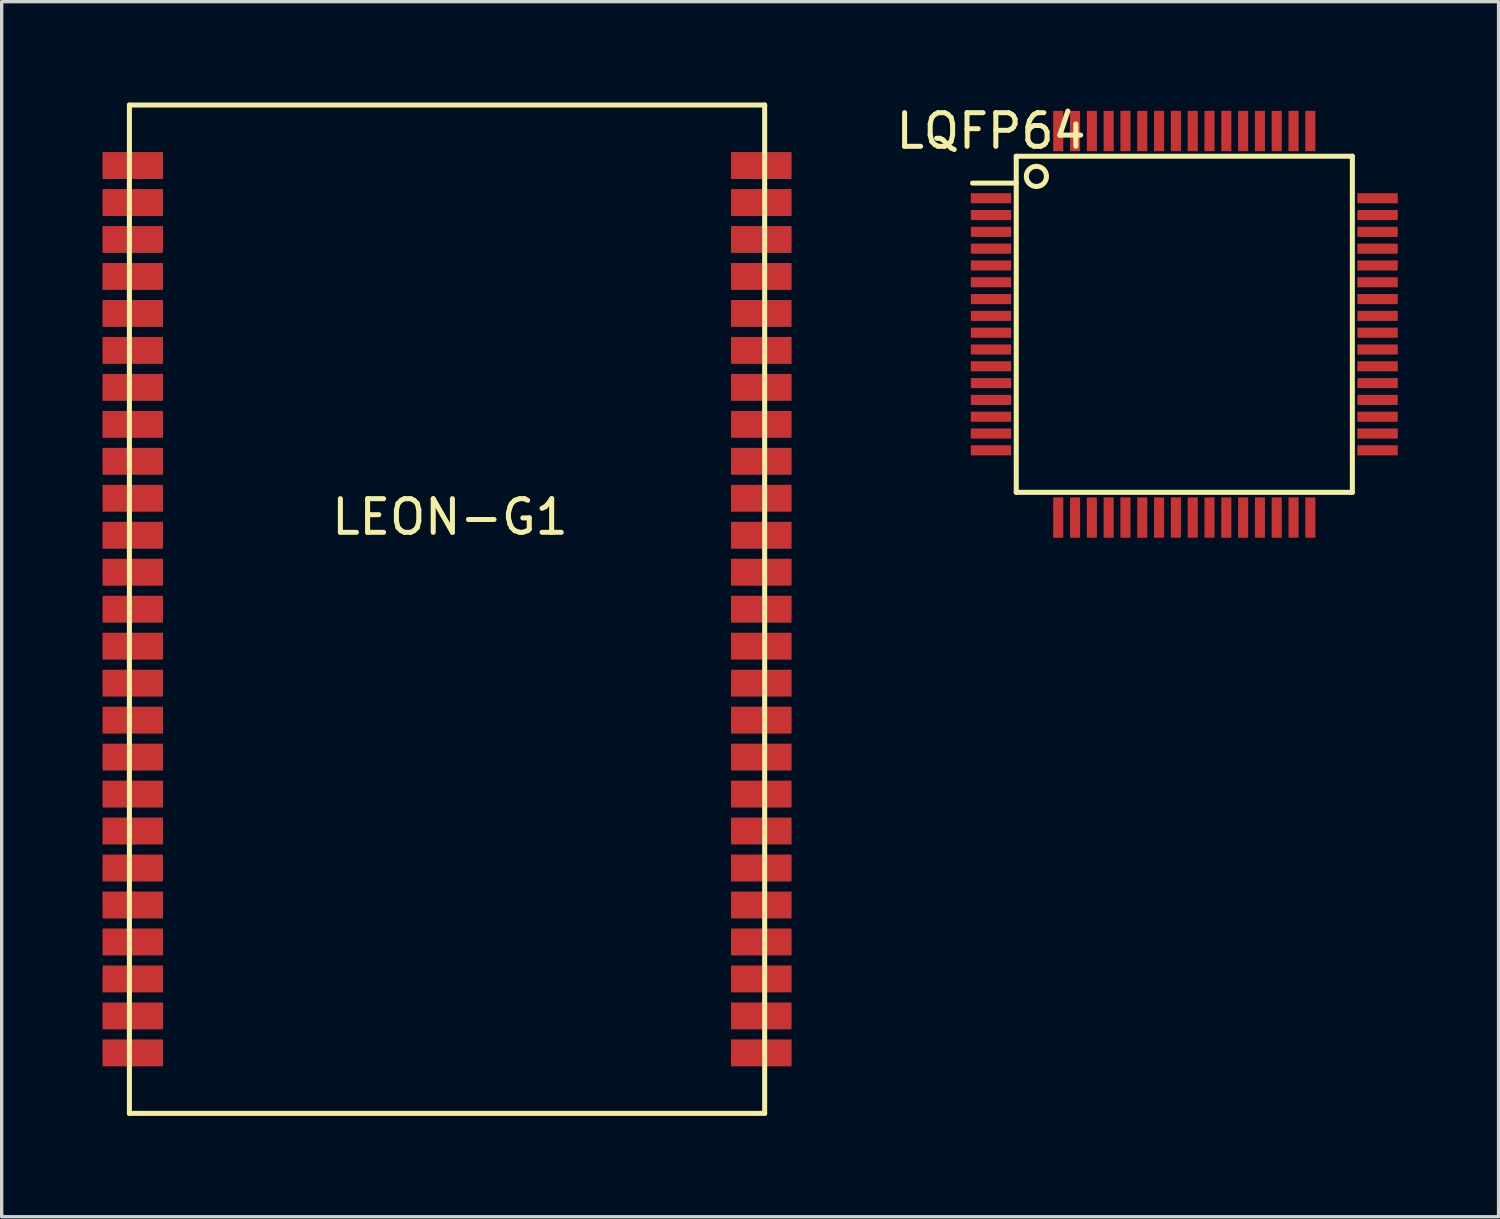
<source format=kicad_pcb>
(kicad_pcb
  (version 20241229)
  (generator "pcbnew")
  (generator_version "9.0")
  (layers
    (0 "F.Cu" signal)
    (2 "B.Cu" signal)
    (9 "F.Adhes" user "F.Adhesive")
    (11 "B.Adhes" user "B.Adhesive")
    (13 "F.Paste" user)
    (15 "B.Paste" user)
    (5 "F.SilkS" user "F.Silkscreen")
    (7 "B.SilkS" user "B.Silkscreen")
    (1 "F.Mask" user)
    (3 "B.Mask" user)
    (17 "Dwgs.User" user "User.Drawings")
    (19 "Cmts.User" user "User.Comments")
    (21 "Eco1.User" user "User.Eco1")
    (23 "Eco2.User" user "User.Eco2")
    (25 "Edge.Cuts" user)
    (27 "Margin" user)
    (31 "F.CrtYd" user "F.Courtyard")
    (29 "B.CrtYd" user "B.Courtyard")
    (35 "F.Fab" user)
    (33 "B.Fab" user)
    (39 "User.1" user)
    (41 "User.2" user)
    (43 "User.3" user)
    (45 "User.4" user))
  (footprint "LQFP64"
    (layer "F.Cu")
    (at 32.185 6.598)
    (property "Reference" "LQFP64" (at -5.75 -5.75 0) (layer "F.SilkS") (effects (font (size 1 1) (thickness 0.15))))
    (attr through_hole)
    (fp_line (start -6.3 -4.2) (end -5 -4.2) (stroke (width 0.15) (type solid)) (layer "F.SilkS"))
    (fp_line (start -5 -5) (end 5 -5) (stroke (width 0.15) (type solid)) (layer "F.SilkS"))
    (fp_line (start -5 5) (end -5 -5) (stroke (width 0.15) (type solid)) (layer "F.SilkS"))
    (fp_line (start 5 -5) (end 5 5) (stroke (width 0.15) (type solid)) (layer "F.SilkS"))
    (fp_line (start 5 5) (end -5 5) (stroke (width 0.15) (type solid)) (layer "F.SilkS"))
    (fp_circle (center -4.4 -4.4) (end -4.7 -4.4) (stroke (width 0.15) (type solid)) (fill no) (layer "F.SilkS"))
    (pad "1" smd rect (at -5.75 -3.75) (size 1.2 0.3) (layers "F.Cu" "F.Mask" "F.Paste"))
    (pad "2" smd rect (at -5.75 -3.25) (size 1.2 0.3) (layers "F.Cu" "F.Mask" "F.Paste"))
    (pad "3" smd rect (at -5.75 -2.75) (size 1.2 0.3) (layers "F.Cu" "F.Mask" "F.Paste"))
    (pad "4" smd rect (at -5.75 -2.25) (size 1.2 0.3) (layers "F.Cu" "F.Mask" "F.Paste"))
    (pad "5" smd rect (at -5.75 -1.75) (size 1.2 0.3) (layers "F.Cu" "F.Mask" "F.Paste"))
    (pad "6" smd rect (at -5.75 -1.25) (size 1.2 0.3) (layers "F.Cu" "F.Mask" "F.Paste"))
    (pad "7" smd rect (at -5.75 -0.75) (size 1.2 0.3) (layers "F.Cu" "F.Mask" "F.Paste"))
    (pad "8" smd rect (at -5.75 -0.25) (size 1.2 0.3) (layers "F.Cu" "F.Mask" "F.Paste"))
    (pad "9" smd rect (at -5.75 0.25) (size 1.2 0.3) (layers "F.Cu" "F.Mask" "F.Paste"))
    (pad "10" smd rect (at -5.75 0.75) (size 1.2 0.3) (layers "F.Cu" "F.Mask" "F.Paste"))
    (pad "11" smd rect (at -5.75 1.25) (size 1.2 0.3) (layers "F.Cu" "F.Mask" "F.Paste"))
    (pad "12" smd rect (at -5.75 1.75) (size 1.2 0.3) (layers "F.Cu" "F.Mask" "F.Paste"))
    (pad "13" smd rect (at -5.75 2.25) (size 1.2 0.3) (layers "F.Cu" "F.Mask" "F.Paste"))
    (pad "14" smd rect (at -5.75 2.75) (size 1.2 0.3) (layers "F.Cu" "F.Mask" "F.Paste"))
    (pad "15" smd rect (at -5.75 3.25) (size 1.2 0.3) (layers "F.Cu" "F.Mask" "F.Paste"))
    (pad "16" smd rect (at -5.75 3.75) (size 1.2 0.3) (layers "F.Cu" "F.Mask" "F.Paste"))
    (pad "17" smd rect (at -3.75 5.75 90) (size 1.2 0.3) (layers "F.Cu" "F.Mask" "F.Paste"))
    (pad "18" smd rect (at -3.25 5.75 90) (size 1.2 0.3) (layers "F.Cu" "F.Mask" "F.Paste"))
    (pad "19" smd rect (at -2.75 5.75 90) (size 1.2 0.3) (layers "F.Cu" "F.Mask" "F.Paste"))
    (pad "20" smd rect (at -2.25 5.75 90) (size 1.2 0.3) (layers "F.Cu" "F.Mask" "F.Paste"))
    (pad "21" smd rect (at -1.75 5.75 90) (size 1.2 0.3) (layers "F.Cu" "F.Mask" "F.Paste"))
    (pad "22" smd rect (at -1.25 5.75 90) (size 1.2 0.3) (layers "F.Cu" "F.Mask" "F.Paste"))
    (pad "23" smd rect (at -0.75 5.75 90) (size 1.2 0.3) (layers "F.Cu" "F.Mask" "F.Paste"))
    (pad "24" smd rect (at -0.25 5.75 90) (size 1.2 0.3) (layers "F.Cu" "F.Mask" "F.Paste"))
    (pad "25" smd rect (at 0.25 5.75 90) (size 1.2 0.3) (layers "F.Cu" "F.Mask" "F.Paste"))
    (pad "26" smd rect (at 0.75 5.75 90) (size 1.2 0.3) (layers "F.Cu" "F.Mask" "F.Paste"))
    (pad "27" smd rect (at 1.25 5.75 90) (size 1.2 0.3) (layers "F.Cu" "F.Mask" "F.Paste"))
    (pad "28" smd rect (at 1.75 5.75 90) (size 1.2 0.3) (layers "F.Cu" "F.Mask" "F.Paste"))
    (pad "29" smd rect (at 2.25 5.75 90) (size 1.2 0.3) (layers "F.Cu" "F.Mask" "F.Paste"))
    (pad "30" smd rect (at 2.75 5.75 90) (size 1.2 0.3) (layers "F.Cu" "F.Mask" "F.Paste"))
    (pad "31" smd rect (at 3.25 5.75 90) (size 1.2 0.3) (layers "F.Cu" "F.Mask" "F.Paste"))
    (pad "32" smd rect (at 3.75 5.75 90) (size 1.2 0.3) (layers "F.Cu" "F.Mask" "F.Paste"))
    (pad "33" smd rect (at 5.75 3.75 180) (size 1.2 0.3) (layers "F.Cu" "F.Mask" "F.Paste"))
    (pad "34" smd rect (at 5.75 3.25 180) (size 1.2 0.3) (layers "F.Cu" "F.Mask" "F.Paste"))
    (pad "35" smd rect (at 5.75 2.75 180) (size 1.2 0.3) (layers "F.Cu" "F.Mask" "F.Paste"))
    (pad "36" smd rect (at 5.75 2.25 180) (size 1.2 0.3) (layers "F.Cu" "F.Mask" "F.Paste"))
    (pad "37" smd rect (at 5.75 1.75 180) (size 1.2 0.3) (layers "F.Cu" "F.Mask" "F.Paste"))
    (pad "38" smd rect (at 5.75 1.25 180) (size 1.2 0.3) (layers "F.Cu" "F.Mask" "F.Paste"))
    (pad "39" smd rect (at 5.75 0.75 180) (size 1.2 0.3) (layers "F.Cu" "F.Mask" "F.Paste"))
    (pad "40" smd rect (at 5.75 0.25 180) (size 1.2 0.3) (layers "F.Cu" "F.Mask" "F.Paste"))
    (pad "41" smd rect (at 5.75 -0.25 180) (size 1.2 0.3) (layers "F.Cu" "F.Mask" "F.Paste"))
    (pad "42" smd rect (at 5.75 -0.75 180) (size 1.2 0.3) (layers "F.Cu" "F.Mask" "F.Paste"))
    (pad "43" smd rect (at 5.75 -1.25 180) (size 1.2 0.3) (layers "F.Cu" "F.Mask" "F.Paste"))
    (pad "44" smd rect (at 5.75 -1.75 180) (size 1.2 0.3) (layers "F.Cu" "F.Mask" "F.Paste"))
    (pad "45" smd rect (at 5.75 -2.25 180) (size 1.2 0.3) (layers "F.Cu" "F.Mask" "F.Paste"))
    (pad "46" smd rect (at 5.75 -2.75 180) (size 1.2 0.3) (layers "F.Cu" "F.Mask" "F.Paste"))
    (pad "47" smd rect (at 5.75 -3.25 180) (size 1.2 0.3) (layers "F.Cu" "F.Mask" "F.Paste"))
    (pad "48" smd rect (at 5.75 -3.75 180) (size 1.2 0.3) (layers "F.Cu" "F.Mask" "F.Paste"))
    (pad "49" smd rect (at 3.75 -5.75 270) (size 1.2 0.3) (layers "F.Cu" "F.Mask" "F.Paste"))
    (pad "50" smd rect (at 3.25 -5.75 270) (size 1.2 0.3) (layers "F.Cu" "F.Mask" "F.Paste"))
    (pad "51" smd rect (at 2.75 -5.75 270) (size 1.2 0.3) (layers "F.Cu" "F.Mask" "F.Paste"))
    (pad "52" smd rect (at 2.25 -5.75 270) (size 1.2 0.3) (layers "F.Cu" "F.Mask" "F.Paste"))
    (pad "53" smd rect (at 1.75 -5.75 270) (size 1.2 0.3) (layers "F.Cu" "F.Mask" "F.Paste"))
    (pad "54" smd rect (at 1.25 -5.75 270) (size 1.2 0.3) (layers "F.Cu" "F.Mask" "F.Paste"))
    (pad "55" smd rect (at 0.75 -5.75 270) (size 1.2 0.3) (layers "F.Cu" "F.Mask" "F.Paste"))
    (pad "56" smd rect (at 0.25 -5.75 270) (size 1.2 0.3) (layers "F.Cu" "F.Mask" "F.Paste"))
    (pad "57" smd rect (at -0.25 -5.75 270) (size 1.2 0.3) (layers "F.Cu" "F.Mask" "F.Paste"))
    (pad "58" smd rect (at -0.75 -5.75 270) (size 1.2 0.3) (layers "F.Cu" "F.Mask" "F.Paste"))
    (pad "59" smd rect (at -1.25 -5.75 270) (size 1.2 0.3) (layers "F.Cu" "F.Mask" "F.Paste"))
    (pad "60" smd rect (at -1.75 -5.75 270) (size 1.2 0.3) (layers "F.Cu" "F.Mask" "F.Paste"))
    (pad "61" smd rect (at -2.25 -5.75 270) (size 1.2 0.3) (layers "F.Cu" "F.Mask" "F.Paste"))
    (pad "62" smd rect (at -2.75 -5.75 270) (size 1.2 0.3) (layers "F.Cu" "F.Mask" "F.Paste"))
    (pad "63" smd rect (at -3.25 -5.75 270) (size 1.2 0.3) (layers "F.Cu" "F.Mask" "F.Paste"))
    (pad "64" smd rect (at -3.75 -5.75 270) (size 1.2 0.3) (layers "F.Cu" "F.Mask" "F.Paste")))
  (footprint "LEON-G1"
    (layer "F.Cu")
    (at 10.25 15.075)
    (property "Reference" "LEON-G1" (at 0.089 -2.743 0) (layer "F.SilkS") (effects (font (size 1 1) (thickness 0.15))))
    (attr through_hole)
    (fp_line (start -9.45 -15) (end 9.45 -15) (stroke (width 0.15) (type solid)) (layer "F.SilkS"))
    (fp_line (start -9.45 15) (end -9.45 -15) (stroke (width 0.15) (type solid)) (layer "F.SilkS"))
    (fp_line (start 9.45 -15) (end 9.45 15) (stroke (width 0.15) (type solid)) (layer "F.SilkS"))
    (fp_line (start 9.45 15) (end -9.45 15) (stroke (width 0.15) (type solid)) (layer "F.SilkS"))
    (pad "1" smd trapezoid (at -9.35 -13.2) (size 1.8 0.8) (layers "F.Cu" "F.Mask" "F.Paste"))
    (pad "2" smd trapezoid (at -9.35 -12.1) (size 1.8 0.8) (layers "F.Cu" "F.Mask" "F.Paste"))
    (pad "3" smd trapezoid (at -9.35 -11) (size 1.8 0.8) (layers "F.Cu" "F.Mask" "F.Paste"))
    (pad "4" smd trapezoid (at -9.35 -9.9) (size 1.8 0.8) (layers "F.Cu" "F.Mask" "F.Paste"))
    (pad "5" smd trapezoid (at -9.35 -8.8) (size 1.8 0.8) (layers "F.Cu" "F.Mask" "F.Paste"))
    (pad "6" smd trapezoid (at -9.35 -7.7) (size 1.8 0.8) (layers "F.Cu" "F.Mask" "F.Paste"))
    (pad "7" smd trapezoid (at -9.35 -6.6) (size 1.8 0.8) (layers "F.Cu" "F.Mask" "F.Paste"))
    (pad "8" smd trapezoid (at -9.35 -5.5) (size 1.8 0.8) (layers "F.Cu" "F.Mask" "F.Paste"))
    (pad "9" smd trapezoid (at -9.35 -4.4) (size 1.8 0.8) (layers "F.Cu" "F.Mask" "F.Paste"))
    (pad "10" smd trapezoid (at -9.35 -3.3) (size 1.8 0.8) (layers "F.Cu" "F.Mask" "F.Paste"))
    (pad "11" smd trapezoid (at -9.35 -2.2) (size 1.8 0.8) (layers "F.Cu" "F.Mask" "F.Paste"))
    (pad "12" smd trapezoid (at -9.35 -1.1) (size 1.8 0.8) (layers "F.Cu" "F.Mask" "F.Paste"))
    (pad "13" smd trapezoid (at -9.35 0) (size 1.8 0.8) (layers "F.Cu" "F.Mask" "F.Paste"))
    (pad "14" smd trapezoid (at -9.35 1.1) (size 1.8 0.8) (layers "F.Cu" "F.Mask" "F.Paste"))
    (pad "15" smd trapezoid (at -9.35 2.2) (size 1.8 0.8) (layers "F.Cu" "F.Mask" "F.Paste"))
    (pad "16" smd trapezoid (at -9.35 3.3) (size 1.8 0.8) (layers "F.Cu" "F.Mask" "F.Paste"))
    (pad "17" smd trapezoid (at -9.35 4.4) (size 1.8 0.8) (layers "F.Cu" "F.Mask" "F.Paste"))
    (pad "18" smd trapezoid (at -9.35 5.5) (size 1.8 0.8) (layers "F.Cu" "F.Mask" "F.Paste"))
    (pad "19" smd trapezoid (at -9.35 6.6) (size 1.8 0.8) (layers "F.Cu" "F.Mask" "F.Paste"))
    (pad "20" smd trapezoid (at -9.35 7.7) (size 1.8 0.8) (layers "F.Cu" "F.Mask" "F.Paste"))
    (pad "21" smd trapezoid (at -9.35 8.8) (size 1.8 0.8) (layers "F.Cu" "F.Mask" "F.Paste"))
    (pad "22" smd trapezoid (at -9.35 9.9) (size 1.8 0.8) (layers "F.Cu" "F.Mask" "F.Paste"))
    (pad "23" smd trapezoid (at -9.35 11) (size 1.8 0.8) (layers "F.Cu" "F.Mask" "F.Paste"))
    (pad "24" smd trapezoid (at -9.35 12.1) (size 1.8 0.8) (layers "F.Cu" "F.Mask" "F.Paste"))
    (pad "25" smd trapezoid (at -9.35 13.2) (size 1.8 0.8) (layers "F.Cu" "F.Mask" "F.Paste"))
    (pad "26" smd trapezoid (at 9.35 13.2) (size 1.8 0.8) (layers "F.Cu" "F.Mask" "F.Paste"))
    (pad "27" smd trapezoid (at 9.35 12.1) (size 1.8 0.8) (layers "F.Cu" "F.Mask" "F.Paste"))
    (pad "28" smd trapezoid (at 9.35 11) (size 1.8 0.8) (layers "F.Cu" "F.Mask" "F.Paste"))
    (pad "29" smd trapezoid (at 9.35 9.9) (size 1.8 0.8) (layers "F.Cu" "F.Mask" "F.Paste"))
    (pad "30" smd trapezoid (at 9.35 8.8) (size 1.8 0.8) (layers "F.Cu" "F.Mask" "F.Paste"))
    (pad "31" smd trapezoid (at 9.35 7.7) (size 1.8 0.8) (layers "F.Cu" "F.Mask" "F.Paste"))
    (pad "32" smd trapezoid (at 9.35 6.6) (size 1.8 0.8) (layers "F.Cu" "F.Mask" "F.Paste"))
    (pad "33" smd trapezoid (at 9.35 5.5) (size 1.8 0.8) (layers "F.Cu" "F.Mask" "F.Paste"))
    (pad "34" smd trapezoid (at 9.35 4.4) (size 1.8 0.8) (layers "F.Cu" "F.Mask" "F.Paste"))
    (pad "35" smd trapezoid (at 9.35 3.3) (size 1.8 0.8) (layers "F.Cu" "F.Mask" "F.Paste"))
    (pad "36" smd trapezoid (at 9.35 2.2) (size 1.8 0.8) (layers "F.Cu" "F.Mask" "F.Paste"))
    (pad "37" smd trapezoid (at 9.35 1.1) (size 1.8 0.8) (layers "F.Cu" "F.Mask" "F.Paste"))
    (pad "38" smd trapezoid (at 9.35 0) (size 1.8 0.8) (layers "F.Cu" "F.Mask" "F.Paste"))
    (pad "39" smd trapezoid (at 9.35 -1.1) (size 1.8 0.8) (layers "F.Cu" "F.Mask" "F.Paste"))
    (pad "40" smd trapezoid (at 9.35 -2.2) (size 1.8 0.8) (layers "F.Cu" "F.Mask" "F.Paste"))
    (pad "41" smd trapezoid (at 9.35 -3.3) (size 1.8 0.8) (layers "F.Cu" "F.Mask" "F.Paste"))
    (pad "42" smd trapezoid (at 9.35 -4.4) (size 1.8 0.8) (layers "F.Cu" "F.Mask" "F.Paste"))
    (pad "43" smd trapezoid (at 9.35 -5.5) (size 1.8 0.8) (layers "F.Cu" "F.Mask" "F.Paste"))
    (pad "44" smd trapezoid (at 9.35 -6.6) (size 1.8 0.8) (layers "F.Cu" "F.Mask" "F.Paste"))
    (pad "45" smd trapezoid (at 9.35 -7.7) (size 1.8 0.8) (layers "F.Cu" "F.Mask" "F.Paste"))
    (pad "46" smd trapezoid (at 9.35 -8.8) (size 1.8 0.8) (layers "F.Cu" "F.Mask" "F.Paste"))
    (pad "47" smd trapezoid (at 9.35 -9.9) (size 1.8 0.8) (layers "F.Cu" "F.Mask" "F.Paste"))
    (pad "48" smd trapezoid (at 9.35 -11) (size 1.8 0.8) (layers "F.Cu" "F.Mask" "F.Paste"))
    (pad "49" smd trapezoid (at 9.35 -12.1) (size 1.8 0.8) (layers "F.Cu" "F.Mask" "F.Paste"))
    (pad "50" smd trapezoid (at 9.35 -13.2) (size 1.8 0.8) (layers "F.Cu" "F.Mask" "F.Paste")))
  (gr_rect
    (start -3 -3)
    (end 41.535 33.15)
    (stroke (width 0.1) (type default))
    (fill no)
    (layer "Edge.Cuts")))
</source>
